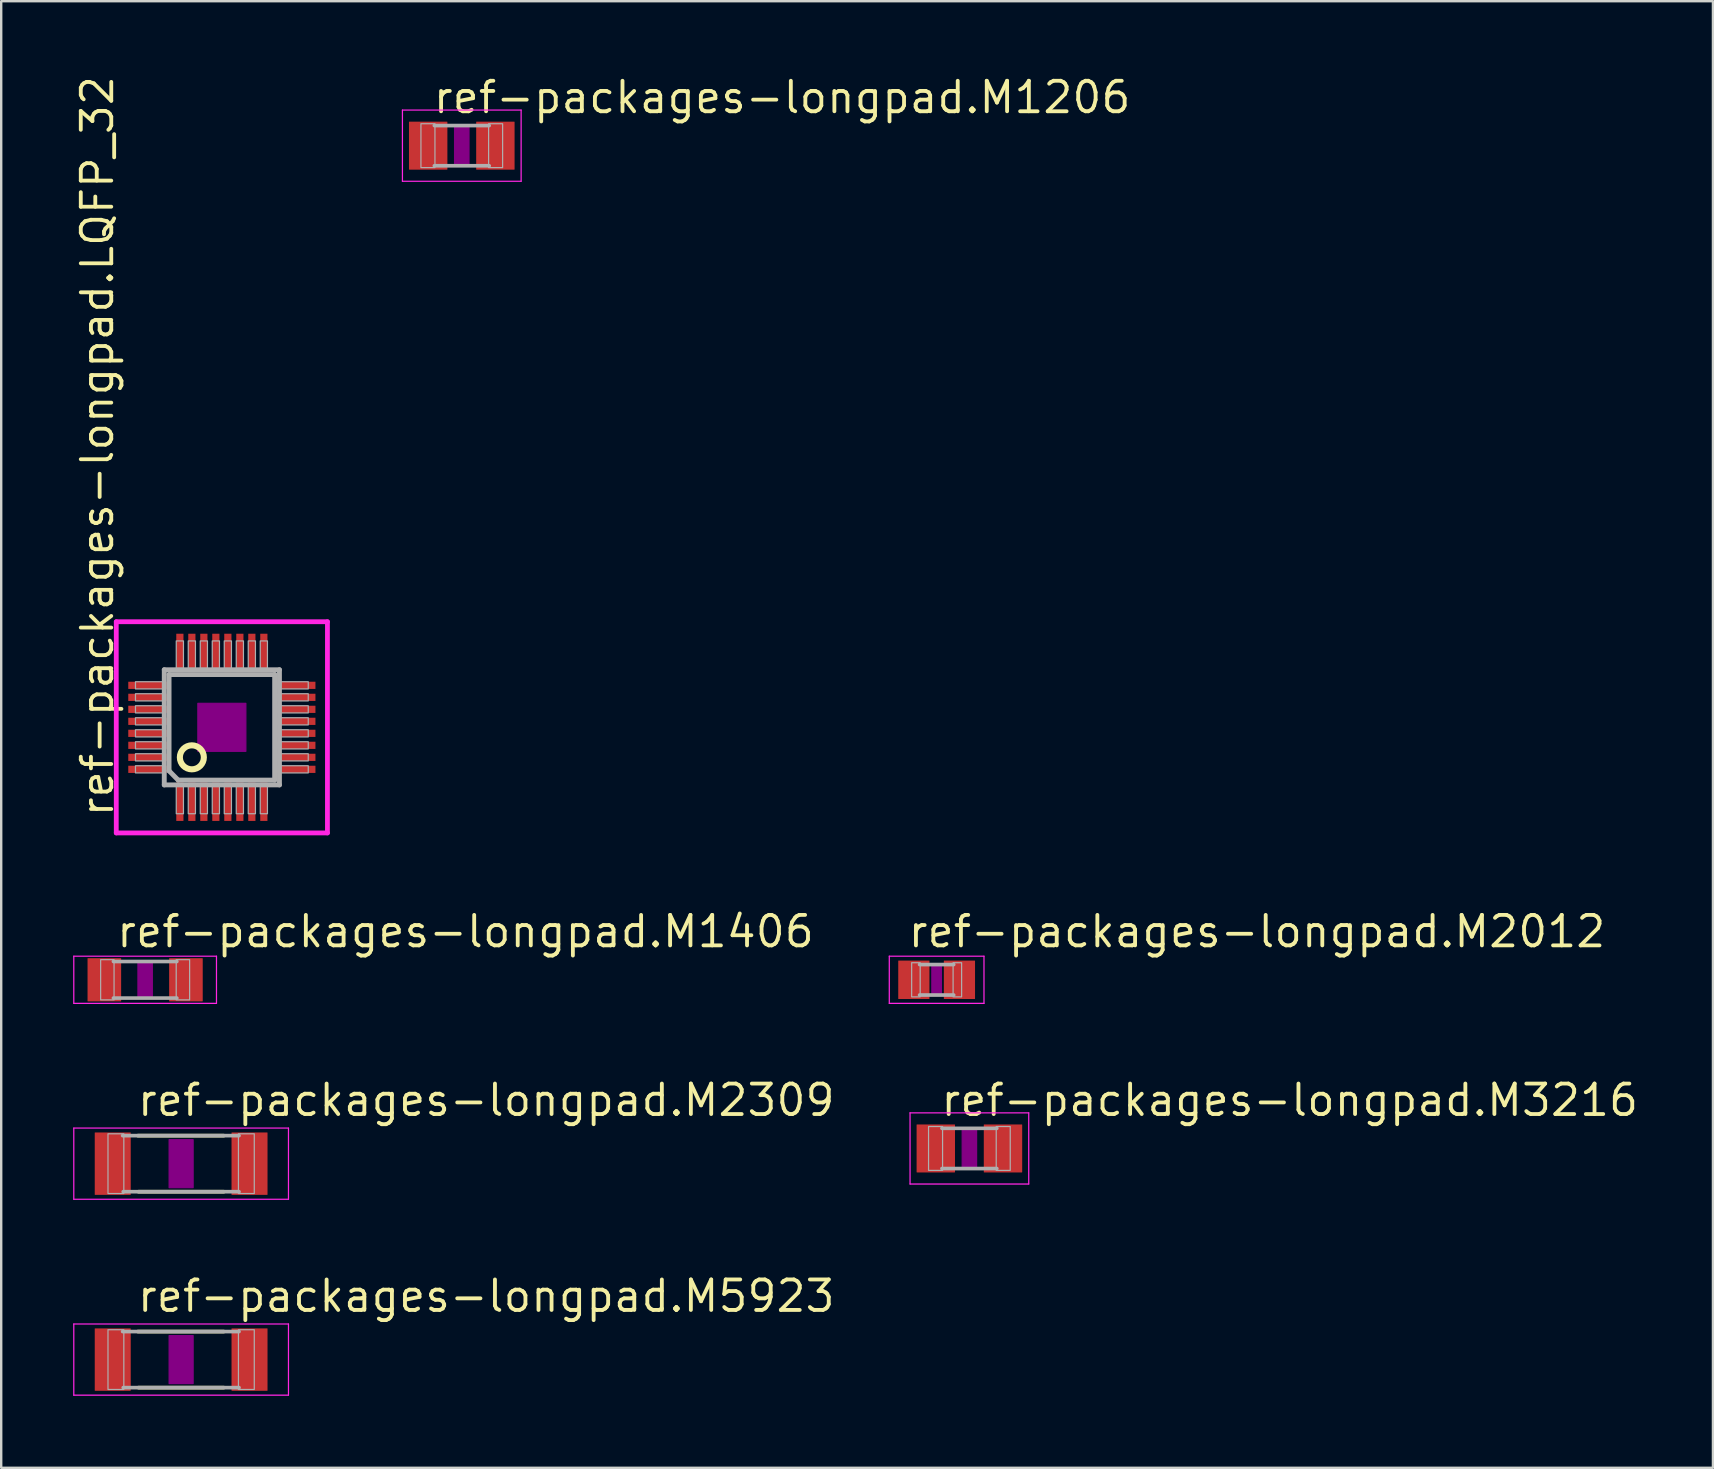
<source format=kicad_pcb>
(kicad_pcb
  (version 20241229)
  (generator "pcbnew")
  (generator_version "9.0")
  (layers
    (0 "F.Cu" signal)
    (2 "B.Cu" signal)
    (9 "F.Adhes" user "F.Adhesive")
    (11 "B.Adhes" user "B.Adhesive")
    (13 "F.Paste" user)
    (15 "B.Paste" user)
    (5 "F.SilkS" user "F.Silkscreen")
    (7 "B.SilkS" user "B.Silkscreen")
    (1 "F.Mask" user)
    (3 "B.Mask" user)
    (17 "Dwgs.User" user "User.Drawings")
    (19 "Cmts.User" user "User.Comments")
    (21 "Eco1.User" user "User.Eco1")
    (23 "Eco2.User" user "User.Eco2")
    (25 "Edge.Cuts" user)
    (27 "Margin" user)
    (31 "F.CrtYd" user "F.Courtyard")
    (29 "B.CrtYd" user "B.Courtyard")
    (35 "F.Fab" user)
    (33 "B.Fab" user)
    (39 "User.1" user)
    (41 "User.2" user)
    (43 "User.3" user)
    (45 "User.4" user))
  (footprint "ref-packages-longpad.M1206"
    (layer "F.Cu")
    (at 16.193 3.02)
    (property "Reference" "ref-packages-longpad.M1206" (at -1.27 -1.27 0) (layer "F.SilkS") (effects (font (size 1.27 1.27) (thickness 0.16)) (justify left bottom)))
    (attr smd)
    (fp_rect (start -0.3 0.8) (end 0.3 -0.8) (stroke (width 0.05) (type default)) (fill yes) (layer "F.Adhes"))
    (fp_line (start -2.473 -1.483) (end 2.473 -1.483) (stroke (width 0.051) (type default)) (layer "F.CrtYd"))
    (fp_line (start -2.473 1.483) (end -2.473 -1.483) (stroke (width 0.051) (type default)) (layer "F.CrtYd"))
    (fp_line (start 2.473 -1.483) (end 2.473 1.483) (stroke (width 0.051) (type default)) (layer "F.CrtYd"))
    (fp_line (start 2.473 1.483) (end -2.473 1.483) (stroke (width 0.051) (type default)) (layer "F.CrtYd"))
    (fp_line (start 1.143 -0.838) (end -1.143 -0.838) (stroke (width 0.152) (type default)) (layer "F.Fab"))
    (fp_line (start 1.143 0.838) (end -1.143 0.838) (stroke (width 0.152) (type default)) (layer "F.Fab"))
    (fp_rect (start -1.702 0.914) (end -1.118 -0.914) (stroke (width 0.05) (type default)) (fill no) (layer "F.Fab"))
    (fp_rect (start 1.118 0.914) (end 1.702 -0.914) (stroke (width 0.05) (type default)) (fill no) (layer "F.Fab"))
    (pad "1" smd roundrect (at -1.4 0) (size 1.6 2) (layers "F.Cu" "F.Mask" "F.Paste") (roundrect_rratio 0.01))
    (pad "2" smd roundrect (at 1.4 0) (size 1.6 2) (layers "F.Cu" "F.Mask" "F.Paste") (roundrect_rratio 0.01)))
  (footprint "ref-packages-longpad.LQFP_32"
    (layer "F.Cu")
    (at 6.195 27.259)
    (property "Reference" "ref-packages-longpad.LQFP_32" (at -4.445 3.81 90) (layer "F.SilkS") (effects (font (size 1.27 1.27) (thickness 0.16)) (justify left bottom)))
    (attr smd)
    (fp_circle (center -1.25 1.25) (end -0.75 1.25) (stroke (width 0.254) (type default)) (fill no) (layer "F.SilkS"))
    (fp_rect (start -1 1) (end 1 -1) (stroke (width 0.05) (type default)) (fill yes) (layer "F.Adhes"))
    (fp_line (start -4.4 -4.4) (end 4.4 -4.4) (stroke (width 0.2) (type default)) (layer "F.CrtYd"))
    (fp_line (start -4.4 4.4) (end -4.4 -4.4) (stroke (width 0.2) (type default)) (layer "F.CrtYd"))
    (fp_line (start 4.4 -4.4) (end 4.4 4.4) (stroke (width 0.2) (type default)) (layer "F.CrtYd"))
    (fp_line (start 4.4 4.4) (end -4.4 4.4) (stroke (width 0.2) (type default)) (layer "F.CrtYd"))
    (fp_line (start -2.4 -2.4) (end -2.4 2.4) (stroke (width 0.203) (type default)) (layer "F.Fab"))
    (fp_line (start -2.4 2.4) (end 2.4 2.4) (stroke (width 0.203) (type default)) (layer "F.Fab"))
    (fp_line (start -2.2 -2.2) (end 2.2 -2.2) (stroke (width 0.203) (type default)) (layer "F.Fab"))
    (fp_line (start -2.2 1.813) (end -2.2 -2.2) (stroke (width 0.203) (type default)) (layer "F.Fab"))
    (fp_line (start -1.819 2.2) (end -2.2 1.813) (stroke (width 0.203) (type default)) (layer "F.Fab"))
    (fp_line (start 2.2 -2.2) (end 2.2 2.2) (stroke (width 0.203) (type default)) (layer "F.Fab"))
    (fp_line (start 2.2 2.2) (end -1.819 2.2) (stroke (width 0.203) (type default)) (layer "F.Fab"))
    (fp_line (start 2.4 -2.4) (end -2.4 -2.4) (stroke (width 0.203) (type default)) (layer "F.Fab"))
    (fp_line (start 2.4 2.4) (end 2.4 -2.4) (stroke (width 0.203) (type default)) (layer "F.Fab"))
    (fp_rect (start -3.6 -1.6) (end -2.45 -1.9) (stroke (width 0.05) (type default)) (fill no) (layer "F.Fab"))
    (fp_rect (start -3.6 -1.1) (end -2.45 -1.4) (stroke (width 0.05) (type default)) (fill no) (layer "F.Fab"))
    (fp_rect (start -3.6 -0.6) (end -2.45 -0.9) (stroke (width 0.05) (type default)) (fill no) (layer "F.Fab"))
    (fp_rect (start -3.6 -0.1) (end -2.45 -0.4) (stroke (width 0.05) (type default)) (fill no) (layer "F.Fab"))
    (fp_rect (start -3.6 0.4) (end -2.45 0.1) (stroke (width 0.05) (type default)) (fill no) (layer "F.Fab"))
    (fp_rect (start -3.6 0.9) (end -2.45 0.6) (stroke (width 0.05) (type default)) (fill no) (layer "F.Fab"))
    (fp_rect (start -3.6 1.4) (end -2.45 1.1) (stroke (width 0.05) (type default)) (fill no) (layer "F.Fab"))
    (fp_rect (start -3.6 1.9) (end -2.45 1.6) (stroke (width 0.05) (type default)) (fill no) (layer "F.Fab"))
    (fp_rect (start -1.9 -2.45) (end -1.6 -3.6) (stroke (width 0.05) (type default)) (fill no) (layer "F.Fab"))
    (fp_rect (start -1.9 3.6) (end -1.6 2.45) (stroke (width 0.05) (type default)) (fill no) (layer "F.Fab"))
    (fp_rect (start -1.4 -2.45) (end -1.1 -3.6) (stroke (width 0.05) (type default)) (fill no) (layer "F.Fab"))
    (fp_rect (start -1.4 3.6) (end -1.1 2.45) (stroke (width 0.05) (type default)) (fill no) (layer "F.Fab"))
    (fp_rect (start -0.9 -2.45) (end -0.6 -3.6) (stroke (width 0.05) (type default)) (fill no) (layer "F.Fab"))
    (fp_rect (start -0.9 3.6) (end -0.6 2.45) (stroke (width 0.05) (type default)) (fill no) (layer "F.Fab"))
    (fp_rect (start -0.4 -2.45) (end -0.1 -3.6) (stroke (width 0.05) (type default)) (fill no) (layer "F.Fab"))
    (fp_rect (start -0.4 3.6) (end -0.1 2.45) (stroke (width 0.05) (type default)) (fill no) (layer "F.Fab"))
    (fp_rect (start 0.1 -2.45) (end 0.4 -3.6) (stroke (width 0.05) (type default)) (fill no) (layer "F.Fab"))
    (fp_rect (start 0.1 3.6) (end 0.4 2.45) (stroke (width 0.05) (type default)) (fill no) (layer "F.Fab"))
    (fp_rect (start 0.6 -2.45) (end 0.9 -3.6) (stroke (width 0.05) (type default)) (fill no) (layer "F.Fab"))
    (fp_rect (start 0.6 3.6) (end 0.9 2.45) (stroke (width 0.05) (type default)) (fill no) (layer "F.Fab"))
    (fp_rect (start 1.1 -2.45) (end 1.4 -3.6) (stroke (width 0.05) (type default)) (fill no) (layer "F.Fab"))
    (fp_rect (start 1.1 3.6) (end 1.4 2.45) (stroke (width 0.05) (type default)) (fill no) (layer "F.Fab"))
    (fp_rect (start 1.6 -2.45) (end 1.9 -3.6) (stroke (width 0.05) (type default)) (fill no) (layer "F.Fab"))
    (fp_rect (start 1.6 3.6) (end 1.9 2.45) (stroke (width 0.05) (type default)) (fill no) (layer "F.Fab"))
    (fp_rect (start 2.45 -1.6) (end 3.6 -1.9) (stroke (width 0.05) (type default)) (fill no) (layer "F.Fab"))
    (fp_rect (start 2.45 -1.1) (end 3.6 -1.4) (stroke (width 0.05) (type default)) (fill no) (layer "F.Fab"))
    (fp_rect (start 2.45 -0.6) (end 3.6 -0.9) (stroke (width 0.05) (type default)) (fill no) (layer "F.Fab"))
    (fp_rect (start 2.45 -0.1) (end 3.6 -0.4) (stroke (width 0.05) (type default)) (fill no) (layer "F.Fab"))
    (fp_rect (start 2.45 0.4) (end 3.6 0.1) (stroke (width 0.05) (type default)) (fill no) (layer "F.Fab"))
    (fp_rect (start 2.45 0.9) (end 3.6 0.6) (stroke (width 0.05) (type default)) (fill no) (layer "F.Fab"))
    (fp_rect (start 2.45 1.4) (end 3.6 1.1) (stroke (width 0.05) (type default)) (fill no) (layer "F.Fab"))
    (fp_rect (start 2.45 1.9) (end 3.6 1.6) (stroke (width 0.05) (type default)) (fill no) (layer "F.Fab"))
    (pad "1" smd roundrect (at -1.75 3.1) (size 0.3 1.6) (layers "F.Cu" "F.Mask" "F.Paste") (roundrect_rratio 0.01))
    (pad "2" smd roundrect (at -1.25 3.1) (size 0.3 1.6) (layers "F.Cu" "F.Mask" "F.Paste") (roundrect_rratio 0.01))
    (pad "3" smd roundrect (at -0.75 3.1) (size 0.3 1.6) (layers "F.Cu" "F.Mask" "F.Paste") (roundrect_rratio 0.01))
    (pad "4" smd roundrect (at -0.25 3.1) (size 0.3 1.6) (layers "F.Cu" "F.Mask" "F.Paste") (roundrect_rratio 0.01))
    (pad "5" smd roundrect (at 0.25 3.1) (size 0.3 1.6) (layers "F.Cu" "F.Mask" "F.Paste") (roundrect_rratio 0.01))
    (pad "6" smd roundrect (at 0.75 3.1) (size 0.3 1.6) (layers "F.Cu" "F.Mask" "F.Paste") (roundrect_rratio 0.01))
    (pad "7" smd roundrect (at 1.25 3.1) (size 0.3 1.6) (layers "F.Cu" "F.Mask" "F.Paste") (roundrect_rratio 0.01))
    (pad "8" smd roundrect (at 1.75 3.1) (size 0.3 1.6) (layers "F.Cu" "F.Mask" "F.Paste") (roundrect_rratio 0.01))
    (pad "9" smd roundrect (at 3.1 1.75) (size 1.6 0.3) (layers "F.Cu" "F.Mask" "F.Paste") (roundrect_rratio 0.01))
    (pad "10" smd roundrect (at 3.1 1.25) (size 1.6 0.3) (layers "F.Cu" "F.Mask" "F.Paste") (roundrect_rratio 0.01))
    (pad "11" smd roundrect (at 3.1 0.75) (size 1.6 0.3) (layers "F.Cu" "F.Mask" "F.Paste") (roundrect_rratio 0.01))
    (pad "12" smd roundrect (at 3.1 0.25) (size 1.6 0.3) (layers "F.Cu" "F.Mask" "F.Paste") (roundrect_rratio 0.01))
    (pad "13" smd roundrect (at 3.1 -0.25) (size 1.6 0.3) (layers "F.Cu" "F.Mask" "F.Paste") (roundrect_rratio 0.01))
    (pad "14" smd roundrect (at 3.1 -0.75) (size 1.6 0.3) (layers "F.Cu" "F.Mask" "F.Paste") (roundrect_rratio 0.01))
    (pad "15" smd roundrect (at 3.1 -1.25) (size 1.6 0.3) (layers "F.Cu" "F.Mask" "F.Paste") (roundrect_rratio 0.01))
    (pad "16" smd roundrect (at 3.1 -1.75) (size 1.6 0.3) (layers "F.Cu" "F.Mask" "F.Paste") (roundrect_rratio 0.01))
    (pad "17" smd roundrect (at 1.75 -3.1) (size 0.3 1.6) (layers "F.Cu" "F.Mask" "F.Paste") (roundrect_rratio 0.01))
    (pad "18" smd roundrect (at 1.25 -3.1) (size 0.3 1.6) (layers "F.Cu" "F.Mask" "F.Paste") (roundrect_rratio 0.01))
    (pad "19" smd roundrect (at 0.75 -3.1) (size 0.3 1.6) (layers "F.Cu" "F.Mask" "F.Paste") (roundrect_rratio 0.01))
    (pad "20" smd roundrect (at 0.25 -3.1) (size 0.3 1.6) (layers "F.Cu" "F.Mask" "F.Paste") (roundrect_rratio 0.01))
    (pad "21" smd roundrect (at -0.25 -3.1) (size 0.3 1.6) (layers "F.Cu" "F.Mask" "F.Paste") (roundrect_rratio 0.01))
    (pad "22" smd roundrect (at -0.75 -3.1) (size 0.3 1.6) (layers "F.Cu" "F.Mask" "F.Paste") (roundrect_rratio 0.01))
    (pad "23" smd roundrect (at -1.25 -3.1) (size 0.3 1.6) (layers "F.Cu" "F.Mask" "F.Paste") (roundrect_rratio 0.01))
    (pad "24" smd roundrect (at -1.75 -3.1) (size 0.3 1.6) (layers "F.Cu" "F.Mask" "F.Paste") (roundrect_rratio 0.01))
    (pad "25" smd roundrect (at -3.1 -1.75) (size 1.6 0.3) (layers "F.Cu" "F.Mask" "F.Paste") (roundrect_rratio 0.01))
    (pad "26" smd roundrect (at -3.1 -1.25) (size 1.6 0.3) (layers "F.Cu" "F.Mask" "F.Paste") (roundrect_rratio 0.01))
    (pad "27" smd roundrect (at -3.1 -0.75) (size 1.6 0.3) (layers "F.Cu" "F.Mask" "F.Paste") (roundrect_rratio 0.01))
    (pad "28" smd roundrect (at -3.1 -0.25) (size 1.6 0.3) (layers "F.Cu" "F.Mask" "F.Paste") (roundrect_rratio 0.01))
    (pad "29" smd roundrect (at -3.1 0.25) (size 1.6 0.3) (layers "F.Cu" "F.Mask" "F.Paste") (roundrect_rratio 0.01))
    (pad "30" smd roundrect (at -3.1 0.75) (size 1.6 0.3) (layers "F.Cu" "F.Mask" "F.Paste") (roundrect_rratio 0.01))
    (pad "31" smd roundrect (at -3.1 1.25) (size 1.6 0.3) (layers "F.Cu" "F.Mask" "F.Paste") (roundrect_rratio 0.01))
    (pad "32" smd roundrect (at -3.1 1.75) (size 1.6 0.3) (layers "F.Cu" "F.Mask" "F.Paste") (roundrect_rratio 0.01)))
  (footprint "ref-packages-longpad.M5923"
    (layer "F.Cu")
    (at 4.498 53.606)
    (property "Reference" "ref-packages-longpad.M5923" (at -1.905 -1.905 0) (layer "F.SilkS") (effects (font (size 1.27 1.27) (thickness 0.16)) (justify left bottom)))
    (attr smd)
    (fp_line (start 1.778 -1.168) (end -1.803 -1.168) (stroke (width 0.152) (type default)) (layer "F.SilkS"))
    (fp_line (start 1.778 1.168) (end -1.778 1.168) (stroke (width 0.152) (type default)) (layer "F.SilkS"))
    (fp_rect (start -0.5 1) (end 0.5 -1) (stroke (width 0.05) (type default)) (fill yes) (layer "F.Adhes"))
    (fp_line (start -4.473 -1.483) (end 4.473 -1.483) (stroke (width 0.051) (type default)) (layer "F.CrtYd"))
    (fp_line (start -4.473 1.483) (end -4.473 -1.483) (stroke (width 0.051) (type default)) (layer "F.CrtYd"))
    (fp_line (start 4.473 -1.483) (end 4.473 1.483) (stroke (width 0.051) (type default)) (layer "F.CrtYd"))
    (fp_line (start 4.473 1.483) (end -4.473 1.483) (stroke (width 0.051) (type default)) (layer "F.CrtYd"))
    (fp_line (start 2.413 -1.168) (end -2.438 -1.168) (stroke (width 0.152) (type default)) (layer "F.Fab"))
    (fp_line (start 2.413 1.168) (end -2.413 1.168) (stroke (width 0.152) (type default)) (layer "F.Fab"))
    (fp_rect (start -3.048 1.245) (end -2.388 -1.245) (stroke (width 0.05) (type default)) (fill no) (layer "F.Fab"))
    (fp_rect (start 2.388 1.245) (end 3.048 -1.245) (stroke (width 0.05) (type default)) (fill no) (layer "F.Fab"))
    (pad "1" smd roundrect (at -2.85 0) (size 1.5 2.6) (layers "F.Cu" "F.Mask" "F.Paste") (roundrect_rratio 0.01))
    (pad "2" smd roundrect (at 2.85 0) (size 1.5 2.6) (layers "F.Cu" "F.Mask" "F.Paste") (roundrect_rratio 0.01)))
  (footprint "ref-packages-longpad.M3216"
    (layer "F.Cu")
    (at 37.346 44.807)
    (property "Reference" "ref-packages-longpad.M3216" (at -1.27 -1.27 0) (layer "F.SilkS") (effects (font (size 1.27 1.27) (thickness 0.16)) (justify left bottom)))
    (attr smd)
    (fp_rect (start -0.3 0.8) (end 0.3 -0.8) (stroke (width 0.05) (type default)) (fill yes) (layer "F.Adhes"))
    (fp_line (start -2.473 -1.483) (end 2.473 -1.483) (stroke (width 0.051) (type default)) (layer "F.CrtYd"))
    (fp_line (start -2.473 1.483) (end -2.473 -1.483) (stroke (width 0.051) (type default)) (layer "F.CrtYd"))
    (fp_line (start 2.473 -1.483) (end 2.473 1.483) (stroke (width 0.051) (type default)) (layer "F.CrtYd"))
    (fp_line (start 2.473 1.483) (end -2.473 1.483) (stroke (width 0.051) (type default)) (layer "F.CrtYd"))
    (fp_line (start 1.143 -0.838) (end -1.143 -0.838) (stroke (width 0.152) (type default)) (layer "F.Fab"))
    (fp_line (start 1.143 0.838) (end -1.143 0.838) (stroke (width 0.152) (type default)) (layer "F.Fab"))
    (fp_rect (start -1.702 0.914) (end -1.118 -0.914) (stroke (width 0.05) (type default)) (fill no) (layer "F.Fab"))
    (fp_rect (start 1.118 0.914) (end 1.702 -0.914) (stroke (width 0.05) (type default)) (fill no) (layer "F.Fab"))
    (pad "1" smd roundrect (at -1.4 0) (size 1.6 2) (layers "F.Cu" "F.Mask" "F.Paste") (roundrect_rratio 0.01))
    (pad "2" smd roundrect (at 1.4 0) (size 1.6 2) (layers "F.Cu" "F.Mask" "F.Paste") (roundrect_rratio 0.01)))
  (footprint "ref-packages-longpad.M2012"
    (layer "F.Cu")
    (at 35.981 37.779)
    (property "Reference" "ref-packages-longpad.M2012" (at -1.27 -1.27 0) (layer "F.SilkS") (effects (font (size 1.27 1.27) (thickness 0.16)) (justify left bottom)))
    (attr smd)
    (fp_rect (start -0.2 0.6) (end 0.2 -0.6) (stroke (width 0.05) (type default)) (fill yes) (layer "F.Adhes"))
    (fp_line (start -1.973 -0.983) (end 1.973 -0.983) (stroke (width 0.051) (type default)) (layer "F.CrtYd"))
    (fp_line (start -1.973 0.983) (end -1.973 -0.983) (stroke (width 0.051) (type default)) (layer "F.CrtYd"))
    (fp_line (start 1.973 -0.983) (end 1.973 0.983) (stroke (width 0.051) (type default)) (layer "F.CrtYd"))
    (fp_line (start 1.973 0.983) (end -1.973 0.983) (stroke (width 0.051) (type default)) (layer "F.CrtYd"))
    (fp_line (start 0.711 -0.635) (end -0.711 -0.635) (stroke (width 0.152) (type default)) (layer "F.Fab"))
    (fp_line (start 0.711 0.635) (end -0.711 0.635) (stroke (width 0.152) (type default)) (layer "F.Fab"))
    (fp_rect (start -1.041 0.711) (end -0.686 -0.711) (stroke (width 0.05) (type default)) (fill no) (layer "F.Fab"))
    (fp_rect (start 0.686 0.711) (end 1.041 -0.711) (stroke (width 0.05) (type default)) (fill no) (layer "F.Fab"))
    (pad "1" smd roundrect (at -0.95 0) (size 1.3 1.6) (layers "F.Cu" "F.Mask" "F.Paste") (roundrect_rratio 0.01))
    (pad "2" smd roundrect (at 0.95 0) (size 1.3 1.6) (layers "F.Cu" "F.Mask" "F.Paste") (roundrect_rratio 0.01)))
  (footprint "ref-packages-longpad.M2309"
    (layer "F.Cu")
    (at 4.498 45.442)
    (property "Reference" "ref-packages-longpad.M2309" (at -1.905 -1.905 0) (layer "F.SilkS") (effects (font (size 1.27 1.27) (thickness 0.16)) (justify left bottom)))
    (attr smd)
    (fp_line (start 1.778 -1.168) (end -1.803 -1.168) (stroke (width 0.152) (type default)) (layer "F.SilkS"))
    (fp_line (start 1.778 1.168) (end -1.778 1.168) (stroke (width 0.152) (type default)) (layer "F.SilkS"))
    (fp_rect (start -0.5 1) (end 0.5 -1) (stroke (width 0.05) (type default)) (fill yes) (layer "F.Adhes"))
    (fp_line (start -4.473 -1.483) (end 4.473 -1.483) (stroke (width 0.051) (type default)) (layer "F.CrtYd"))
    (fp_line (start -4.473 1.483) (end -4.473 -1.483) (stroke (width 0.051) (type default)) (layer "F.CrtYd"))
    (fp_line (start 4.473 -1.483) (end 4.473 1.483) (stroke (width 0.051) (type default)) (layer "F.CrtYd"))
    (fp_line (start 4.473 1.483) (end -4.473 1.483) (stroke (width 0.051) (type default)) (layer "F.CrtYd"))
    (fp_line (start 2.413 -1.168) (end -2.438 -1.168) (stroke (width 0.152) (type default)) (layer "F.Fab"))
    (fp_line (start 2.413 1.168) (end -2.413 1.168) (stroke (width 0.152) (type default)) (layer "F.Fab"))
    (fp_rect (start -3.048 1.245) (end -2.388 -1.245) (stroke (width 0.05) (type default)) (fill no) (layer "F.Fab"))
    (fp_rect (start 2.388 1.245) (end 3.048 -1.245) (stroke (width 0.05) (type default)) (fill no) (layer "F.Fab"))
    (pad "1" smd roundrect (at -2.85 0) (size 1.5 2.6) (layers "F.Cu" "F.Mask" "F.Paste") (roundrect_rratio 0.01))
    (pad "2" smd roundrect (at 2.85 0) (size 1.5 2.6) (layers "F.Cu" "F.Mask" "F.Paste") (roundrect_rratio 0.01)))
  (footprint "ref-packages-longpad.M1406"
    (layer "F.Cu")
    (at 2.998 37.779)
    (property "Reference" "ref-packages-longpad.M1406" (at -1.27 -1.27 0) (layer "F.SilkS") (effects (font (size 1.27 1.27) (thickness 0.16)) (justify left bottom)))
    (attr smd)
    (fp_rect (start -0.3 0.7) (end 0.3 -0.7) (stroke (width 0.05) (type default)) (fill yes) (layer "F.Adhes"))
    (fp_line (start -2.973 -0.983) (end 2.973 -0.983) (stroke (width 0.051) (type default)) (layer "F.CrtYd"))
    (fp_line (start -2.973 0.983) (end -2.973 -0.983) (stroke (width 0.051) (type default)) (layer "F.CrtYd"))
    (fp_line (start 2.973 -0.983) (end 2.973 0.983) (stroke (width 0.051) (type default)) (layer "F.CrtYd"))
    (fp_line (start 2.973 0.983) (end -2.973 0.983) (stroke (width 0.051) (type default)) (layer "F.CrtYd"))
    (fp_line (start 1.321 -0.762) (end -1.321 -0.762) (stroke (width 0.152) (type default)) (layer "F.Fab"))
    (fp_line (start 1.321 0.762) (end -1.321 0.762) (stroke (width 0.152) (type default)) (layer "F.Fab"))
    (fp_rect (start -1.854 0.838) (end -1.295 -0.838) (stroke (width 0.05) (type default)) (fill no) (layer "F.Fab"))
    (fp_rect (start 1.295 0.838) (end 1.854 -0.838) (stroke (width 0.05) (type default)) (fill no) (layer "F.Fab"))
    (pad "1" smd roundrect (at -1.7 0) (size 1.4 1.8) (layers "F.Cu" "F.Mask" "F.Paste") (roundrect_rratio 0.01))
    (pad "2" smd roundrect (at 1.7 0) (size 1.4 1.8) (layers "F.Cu" "F.Mask" "F.Paste") (roundrect_rratio 0.01)))
  (gr_rect
    (start -3 -3)
    (end 68.331 58.114)
    (stroke (width 0.1) (type default))
    (fill no)
    (layer "Edge.Cuts")))
</source>
